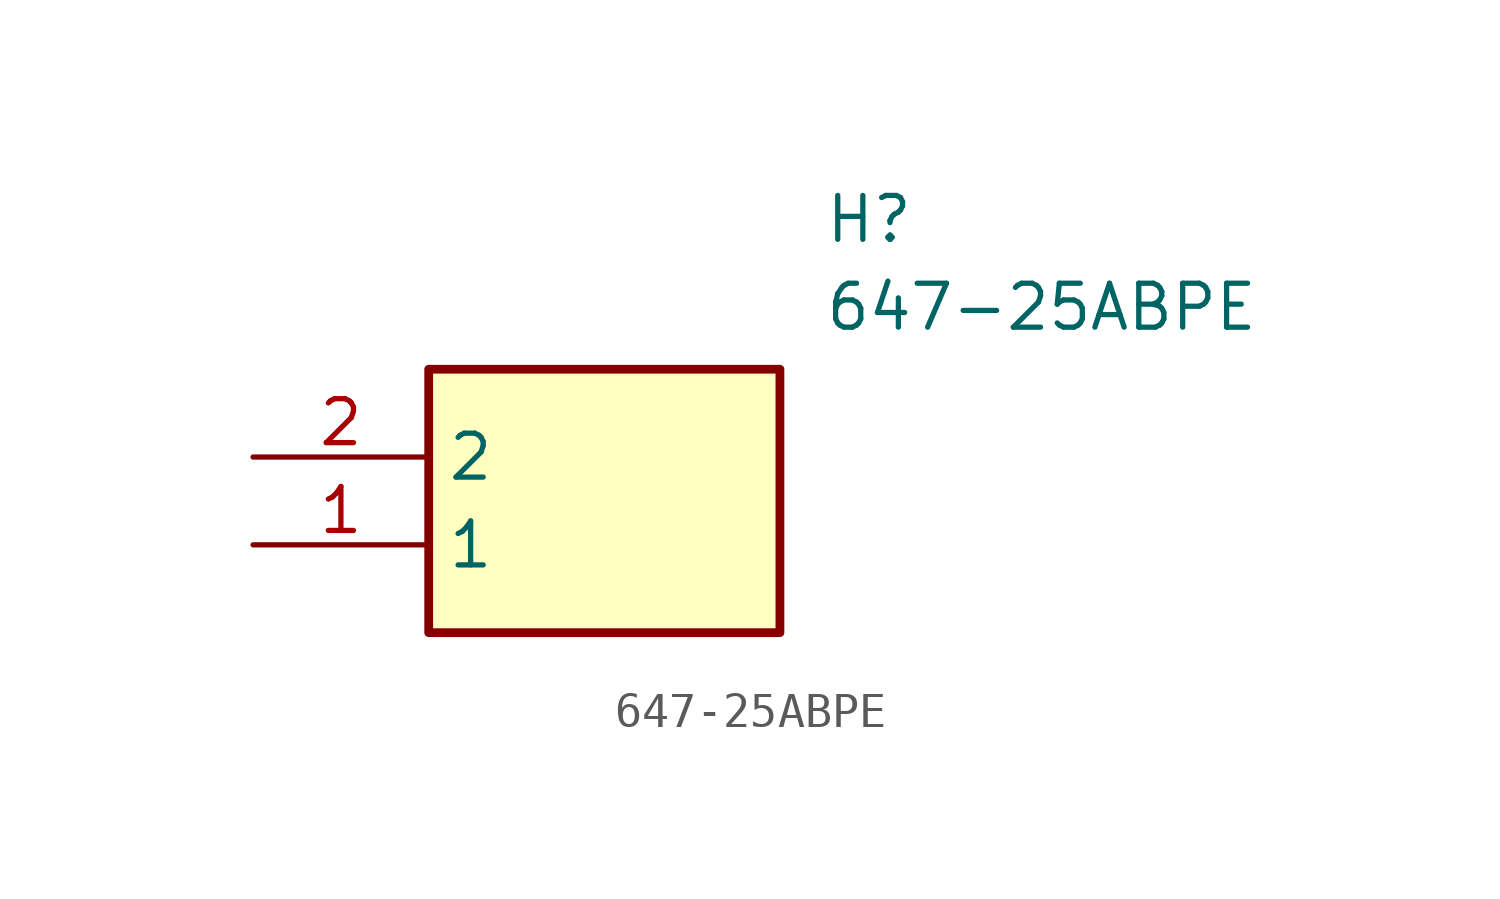
<source format=kicad_sym>
(kicad_symbol_lib
  (version 20211014)
  (generator SamacSys_ECAD_Model)
  (symbol "647-25ABPE"
    (property "Reference" "H"
      (at 16.51 7.62 0)
      (effects (font (size 1.27 1.27)) (justify left top)))
    (property "Value" "647-25ABPE"
      (at 16.51 5.08 0)
      (effects (font (size 1.27 1.27)) (justify left top)))
    (rectangle
      (start 5.08 2.54)
      (end 15.24 -5.08)
      (stroke (width 0.254) (type default))
      (fill (type background)))
    (pin passive line
      (at 0 -2.54 0)
      (length 5.08)
      (name "1" (effects (font (size 1.27 1.27))))
      (number "1" (effects (font (size 1.27 1.27)))))
    (pin passive line
      (at 0 0 0)
      (length 5.08)
      (name "2" (effects (font (size 1.27 1.27))))
      (number "2" (effects (font (size 1.27 1.27)))))))
</source>
